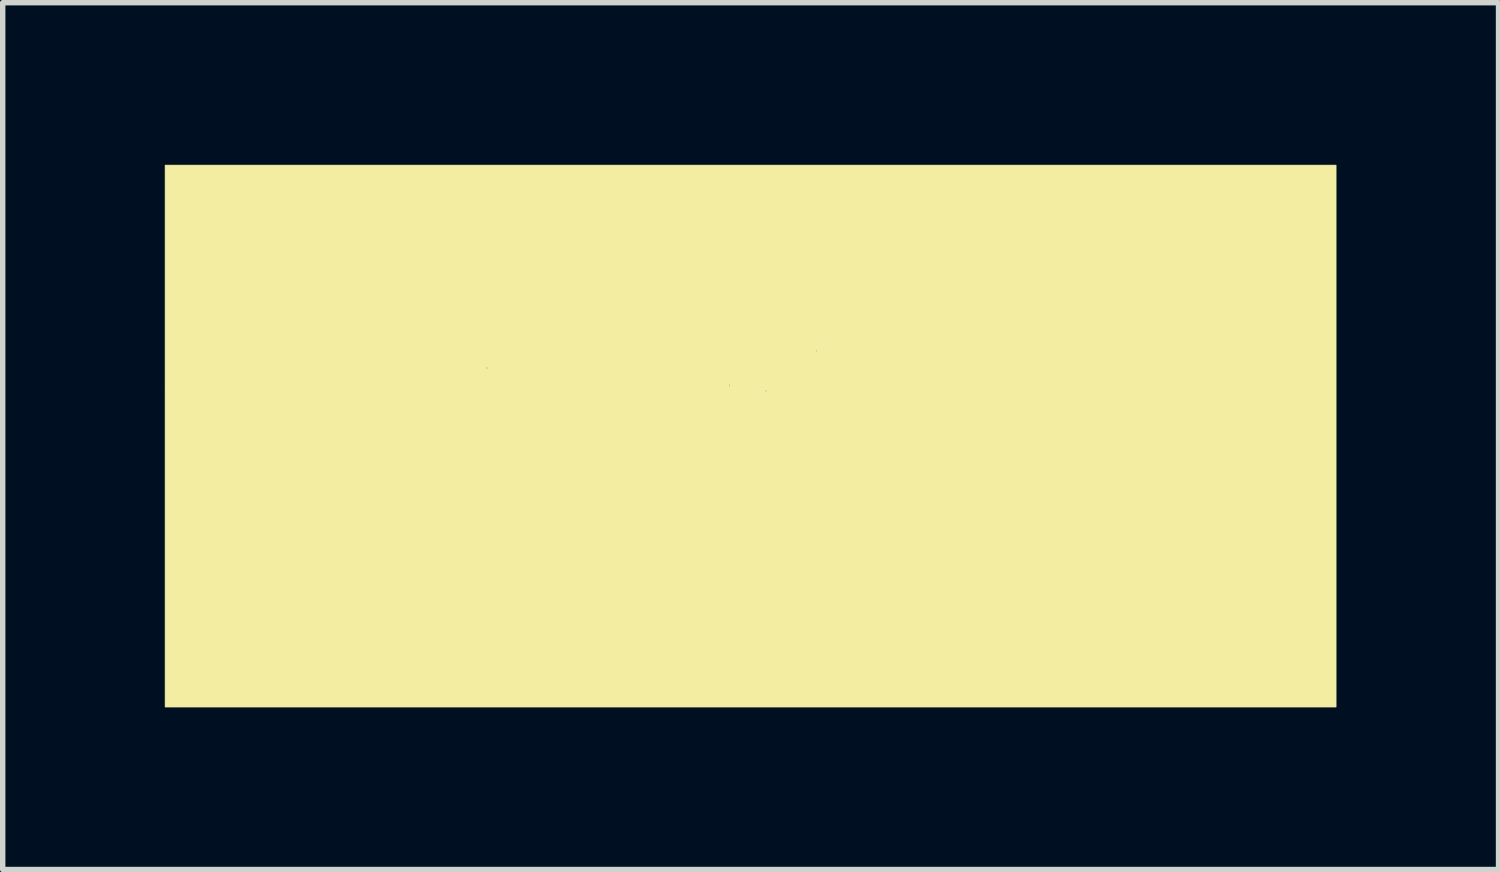
<source format=kicad_pcb>
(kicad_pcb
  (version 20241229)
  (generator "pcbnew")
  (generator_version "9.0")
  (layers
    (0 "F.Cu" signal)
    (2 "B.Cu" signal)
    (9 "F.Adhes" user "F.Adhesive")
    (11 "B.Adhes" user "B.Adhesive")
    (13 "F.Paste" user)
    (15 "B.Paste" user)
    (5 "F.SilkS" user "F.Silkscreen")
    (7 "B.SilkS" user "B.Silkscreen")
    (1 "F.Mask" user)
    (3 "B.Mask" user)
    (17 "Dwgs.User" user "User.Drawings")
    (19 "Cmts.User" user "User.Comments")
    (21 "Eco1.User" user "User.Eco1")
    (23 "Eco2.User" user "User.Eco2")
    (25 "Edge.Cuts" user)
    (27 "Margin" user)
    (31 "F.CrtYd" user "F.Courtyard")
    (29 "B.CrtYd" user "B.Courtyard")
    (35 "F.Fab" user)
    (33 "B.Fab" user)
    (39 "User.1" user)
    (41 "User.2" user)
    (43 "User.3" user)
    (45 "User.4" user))
  (footprint "ratt-logo"
    (layer "F.Cu")
    (at 10.842 5.021)
    (property "Reference" "ratt-logo" (at 0 0 0) (layer "F.SilkS") (effects (font (size 1.524 1.524) (thickness 0.3))))
    (attr through_hole)
    (fp_poly (pts (xy 10.837 5.016) (xy -10.837 5.016) (xy -10.837 -0.836) (xy 0.275 -0.836) (xy 0.286 -0.826) (xy 0.296 -0.836) (xy 0.286 -0.847) (xy 0.275 -0.836) (xy -10.837 -0.836) (xy -10.837 -0.944) (xy -0.4 -0.944) (xy -0.397 -0.916) (xy -0.389 -0.916) (xy -0.384 -0.944) (xy -0.388 -0.956) (xy -0.397 -0.964) (xy -0.4 -0.944) (xy -10.837 -0.944) (xy -10.837 -1.259) (xy -4.889 -1.259) (xy -4.879 -1.249) (xy -4.868 -1.259) (xy -4.879 -1.27) (xy -4.889 -1.259) (xy -10.837 -1.259) (xy -10.837 -1.577) (xy 1.206 -1.577) (xy 1.217 -1.566) (xy 1.228 -1.577) (xy 1.217 -1.587) (xy 1.206 -1.577) (xy -10.837 -1.577) (xy -10.837 -5.016) (xy 10.837 -5.016) (xy 10.837 5.016)) (stroke (width 0.01) (type solid)) (fill yes) (layer "F.SilkS")))
  (gr_rect
    (start -3 -3)
    (end 24.685 13.043)
    (stroke (width 0.1) (type default))
    (fill no)
    (layer "Edge.Cuts")))
</source>
